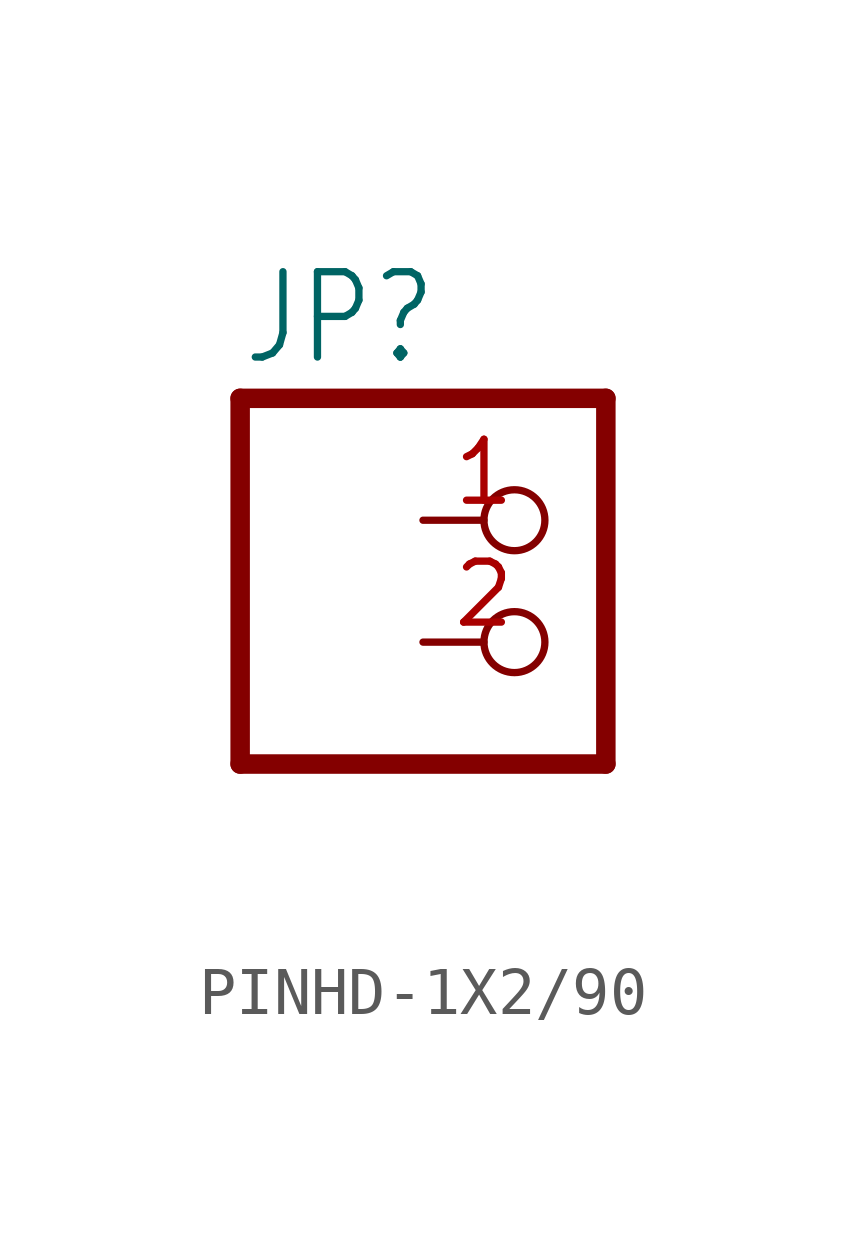
<source format=kicad_sym>
(kicad_symbol_lib
  (version 20231120)
  (generator "kicad_symbol_editor")
  (generator_version "8.0")
  (symbol "PINHD-1X2/90"
    (property "Reference" "JP"
      (at -6.35 5.715 0)
      (effects (font (size 1.778 1.511)) (justify left bottom)))
    (property "Value" ""
      (at -6.35 -5.08 0)
      (effects (font (size 1.778 1.511)) (justify left bottom)))
    (property "ki_locked" ""
      (at 0 0 0)
      (effects (font (size 1.27 1.27))))
    (symbol "PINHD-1X2/90_1_0"
      (polyline (pts (xy -6.35 -2.54) (xy 1.27 -2.54)) (stroke (width 0.406) (type solid)) (fill (type none)))
      (polyline (pts (xy -6.35 5.08) (xy -6.35 -2.54)) (stroke (width 0.406) (type solid)) (fill (type none)))
      (polyline (pts (xy 1.27 -2.54) (xy 1.27 5.08)) (stroke (width 0.406) (type solid)) (fill (type none)))
      (polyline (pts (xy 1.27 5.08) (xy -6.35 5.08)) (stroke (width 0.406) (type solid)) (fill (type none)))
      (pin passive inverted (at -2.54 2.54 0) (length 2.54) (name "1" (effects (font (size 0 0)))) (number "1" (effects (font (size 1.27 1.27)))))
      (pin passive inverted (at -2.54 0 0) (length 2.54) (name "2" (effects (font (size 0 0)))) (number "2" (effects (font (size 1.27 1.27))))))))
</source>
